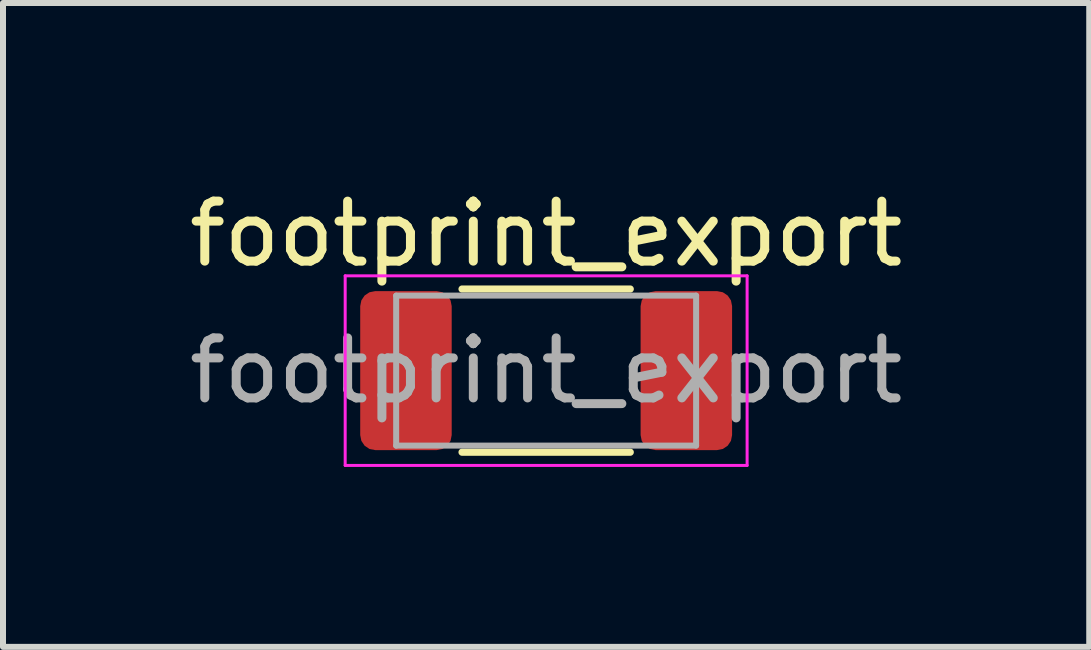
<source format=kicad_pcb>
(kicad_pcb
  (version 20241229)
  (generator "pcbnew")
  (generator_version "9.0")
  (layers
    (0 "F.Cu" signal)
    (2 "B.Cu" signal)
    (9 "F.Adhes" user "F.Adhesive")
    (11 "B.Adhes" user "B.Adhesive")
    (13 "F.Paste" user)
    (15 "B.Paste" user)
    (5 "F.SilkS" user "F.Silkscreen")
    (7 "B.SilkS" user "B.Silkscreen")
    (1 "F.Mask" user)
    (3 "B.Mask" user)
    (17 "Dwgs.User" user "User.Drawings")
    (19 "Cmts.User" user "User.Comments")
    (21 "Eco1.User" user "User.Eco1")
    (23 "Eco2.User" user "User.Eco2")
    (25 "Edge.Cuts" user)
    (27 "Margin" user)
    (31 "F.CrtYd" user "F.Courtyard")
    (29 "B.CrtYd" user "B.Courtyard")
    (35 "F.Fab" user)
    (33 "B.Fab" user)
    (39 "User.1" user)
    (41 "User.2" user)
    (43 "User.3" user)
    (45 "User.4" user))
  (footprint "footprint_export"
    (layer "F.Cu")
    (at 6.054 3.128)
    (property "Reference" "footprint_export" (at 0 -2.28 0) (layer "F.SilkS") (effects (font (size 1 1) (thickness 0.15))))
    (attr smd)
    (fp_line (start -1.402 -1.36) (end 1.402 -1.36) (stroke (width 0.12) (type solid)) (layer "F.SilkS"))
    (fp_line (start -1.402 1.36) (end 1.402 1.36) (stroke (width 0.12) (type solid)) (layer "F.SilkS"))
    (fp_line (start -3.35 -1.58) (end 3.35 -1.58) (stroke (width 0.05) (type solid)) (layer "F.CrtYd"))
    (fp_line (start -3.35 1.58) (end -3.35 -1.58) (stroke (width 0.05) (type solid)) (layer "F.CrtYd"))
    (fp_line (start 3.35 -1.58) (end 3.35 1.58) (stroke (width 0.05) (type solid)) (layer "F.CrtYd"))
    (fp_line (start 3.35 1.58) (end -3.35 1.58) (stroke (width 0.05) (type solid)) (layer "F.CrtYd"))
    (fp_line (start -2.5 -1.25) (end 2.5 -1.25) (stroke (width 0.1) (type solid)) (layer "F.Fab"))
    (fp_line (start -2.5 1.25) (end -2.5 -1.25) (stroke (width 0.1) (type solid)) (layer "F.Fab"))
    (fp_line (start 2.5 -1.25) (end 2.5 1.25) (stroke (width 0.1) (type solid)) (layer "F.Fab"))
    (fp_line (start 2.5 1.25) (end -2.5 1.25) (stroke (width 0.1) (type solid)) (layer "F.Fab"))
    (fp_text user "${REFERENCE}" (at 0 0 0) (layer "F.Fab") (effects (font (size 1 1) (thickness 0.15))))
    (pad "1" smd roundrect (at -2.337 0) (size 1.525 2.65) (layers "F.Cu" "F.Mask" "F.Paste") (roundrect_rratio 0.164))
    (pad "2" smd roundrect (at 2.337 0) (size 1.525 2.65) (layers "F.Cu" "F.Mask" "F.Paste") (roundrect_rratio 0.164)))
  (gr_rect
    (start -3 -3)
    (end 15.107 7.733)
    (stroke (width 0.1) (type default))
    (fill no)
    (layer "Edge.Cuts")))
</source>
